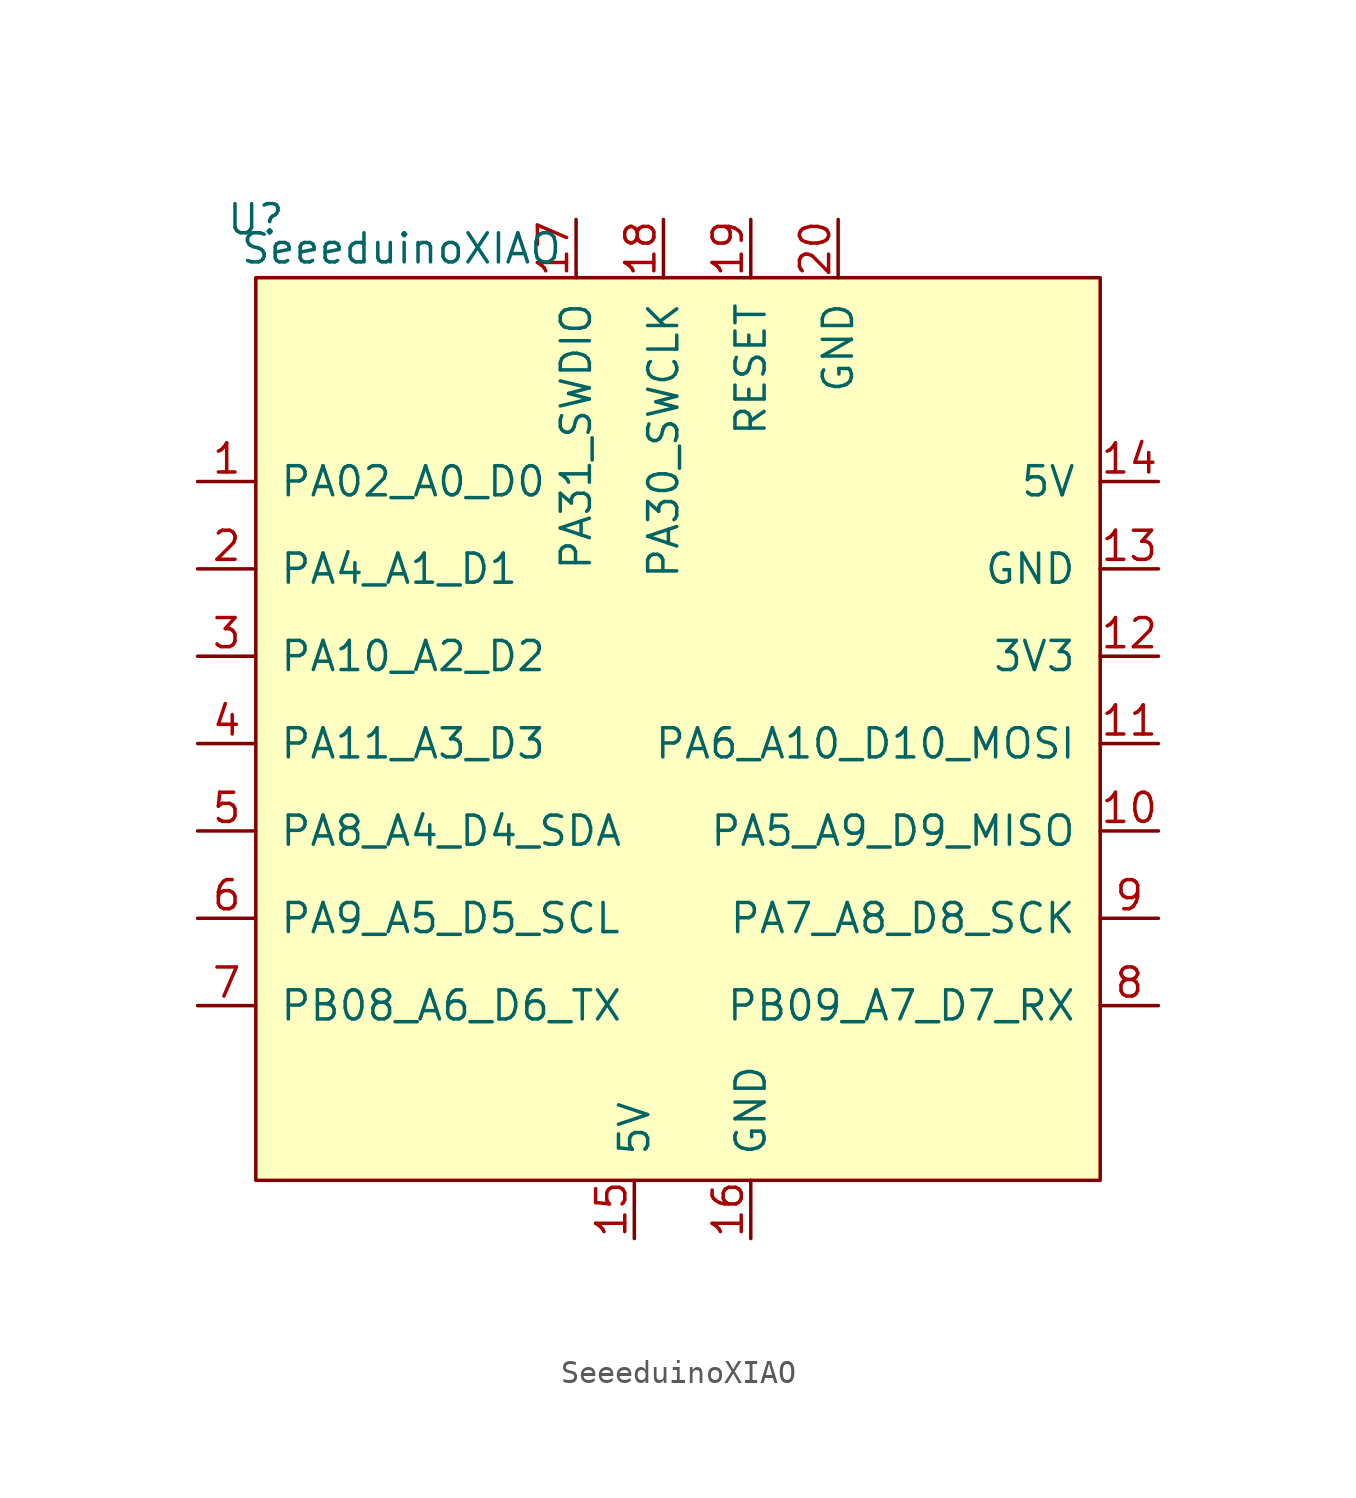
<source format=kicad_sym>
(kicad_symbol_lib
  (version 20211014)
  (generator kicad_symbol_editor)
  (symbol "SeeeduinoXIAO"
    (pin_names
      (offset 1.016))
    (property "Reference" "U"
      (at -19.05 22.86 0)
      (effects (font (size 1.27 1.27))))
    (property "Value" "SeeeduinoXIAO"
      (at -12.7 21.59 0)
      (effects (font (size 1.27 1.27))))
    (symbol "SeeeduinoXIAO_0_1"
      (rectangle (start -19.05 20.32) (end 17.78 -19.05) (stroke (width 0) (type default) (color 0 0 0 0)) (fill (type background))))
    (symbol "SeeeduinoXIAO_1_1"
      (pin unspecified line (at -21.59 11.43 0) (length 2.54) (name "PA02_A0_D0" (effects (font (size 1.27 1.27)))) (number "1" (effects (font (size 1.27 1.27)))))
      (pin unspecified line (at 20.32 -3.81 180) (length 2.54) (name "PA5_A9_D9_MISO" (effects (font (size 1.27 1.27)))) (number "10" (effects (font (size 1.27 1.27)))))
      (pin unspecified line (at 20.32 0 180) (length 2.54) (name "PA6_A10_D10_MOSI" (effects (font (size 1.27 1.27)))) (number "11" (effects (font (size 1.27 1.27)))))
      (pin unspecified line (at 20.32 3.81 180) (length 2.54) (name "3V3" (effects (font (size 1.27 1.27)))) (number "12" (effects (font (size 1.27 1.27)))))
      (pin unspecified line (at 20.32 7.62 180) (length 2.54) (name "GND" (effects (font (size 1.27 1.27)))) (number "13" (effects (font (size 1.27 1.27)))))
      (pin unspecified line (at 20.32 11.43 180) (length 2.54) (name "5V" (effects (font (size 1.27 1.27)))) (number "14" (effects (font (size 1.27 1.27)))))
      (pin input line (at -2.54 -21.59 90) (length 2.54) (name "5V" (effects (font (size 1.27 1.27)))) (number "15" (effects (font (size 1.27 1.27)))))
      (pin input line (at 2.54 -21.59 90) (length 2.54) (name "GND" (effects (font (size 1.27 1.27)))) (number "16" (effects (font (size 1.27 1.27)))))
      (pin input line (at -5.08 22.86 270) (length 2.54) (name "PA31_SWDIO" (effects (font (size 1.27 1.27)))) (number "17" (effects (font (size 1.27 1.27)))))
      (pin input line (at -1.27 22.86 270) (length 2.54) (name "PA30_SWCLK" (effects (font (size 1.27 1.27)))) (number "18" (effects (font (size 1.27 1.27)))))
      (pin input line (at 2.54 22.86 270) (length 2.54) (name "RESET" (effects (font (size 1.27 1.27)))) (number "19" (effects (font (size 1.27 1.27)))))
      (pin unspecified line (at -21.59 7.62 0) (length 2.54) (name "PA4_A1_D1" (effects (font (size 1.27 1.27)))) (number "2" (effects (font (size 1.27 1.27)))))
      (pin input line (at 6.35 22.86 270) (length 2.54) (name "GND" (effects (font (size 1.27 1.27)))) (number "20" (effects (font (size 1.27 1.27)))))
      (pin unspecified line (at -21.59 3.81 0) (length 2.54) (name "PA10_A2_D2" (effects (font (size 1.27 1.27)))) (number "3" (effects (font (size 1.27 1.27)))))
      (pin unspecified line (at -21.59 0 0) (length 2.54) (name "PA11_A3_D3" (effects (font (size 1.27 1.27)))) (number "4" (effects (font (size 1.27 1.27)))))
      (pin unspecified line (at -21.59 -3.81 0) (length 2.54) (name "PA8_A4_D4_SDA" (effects (font (size 1.27 1.27)))) (number "5" (effects (font (size 1.27 1.27)))))
      (pin unspecified line (at -21.59 -7.62 0) (length 2.54) (name "PA9_A5_D5_SCL" (effects (font (size 1.27 1.27)))) (number "6" (effects (font (size 1.27 1.27)))))
      (pin unspecified line (at -21.59 -11.43 0) (length 2.54) (name "PB08_A6_D6_TX" (effects (font (size 1.27 1.27)))) (number "7" (effects (font (size 1.27 1.27)))))
      (pin unspecified line (at 20.32 -11.43 180) (length 2.54) (name "PB09_A7_D7_RX" (effects (font (size 1.27 1.27)))) (number "8" (effects (font (size 1.27 1.27)))))
      (pin unspecified line (at 20.32 -7.62 180) (length 2.54) (name "PA7_A8_D8_SCK" (effects (font (size 1.27 1.27)))) (number "9" (effects (font (size 1.27 1.27))))))))
</source>
